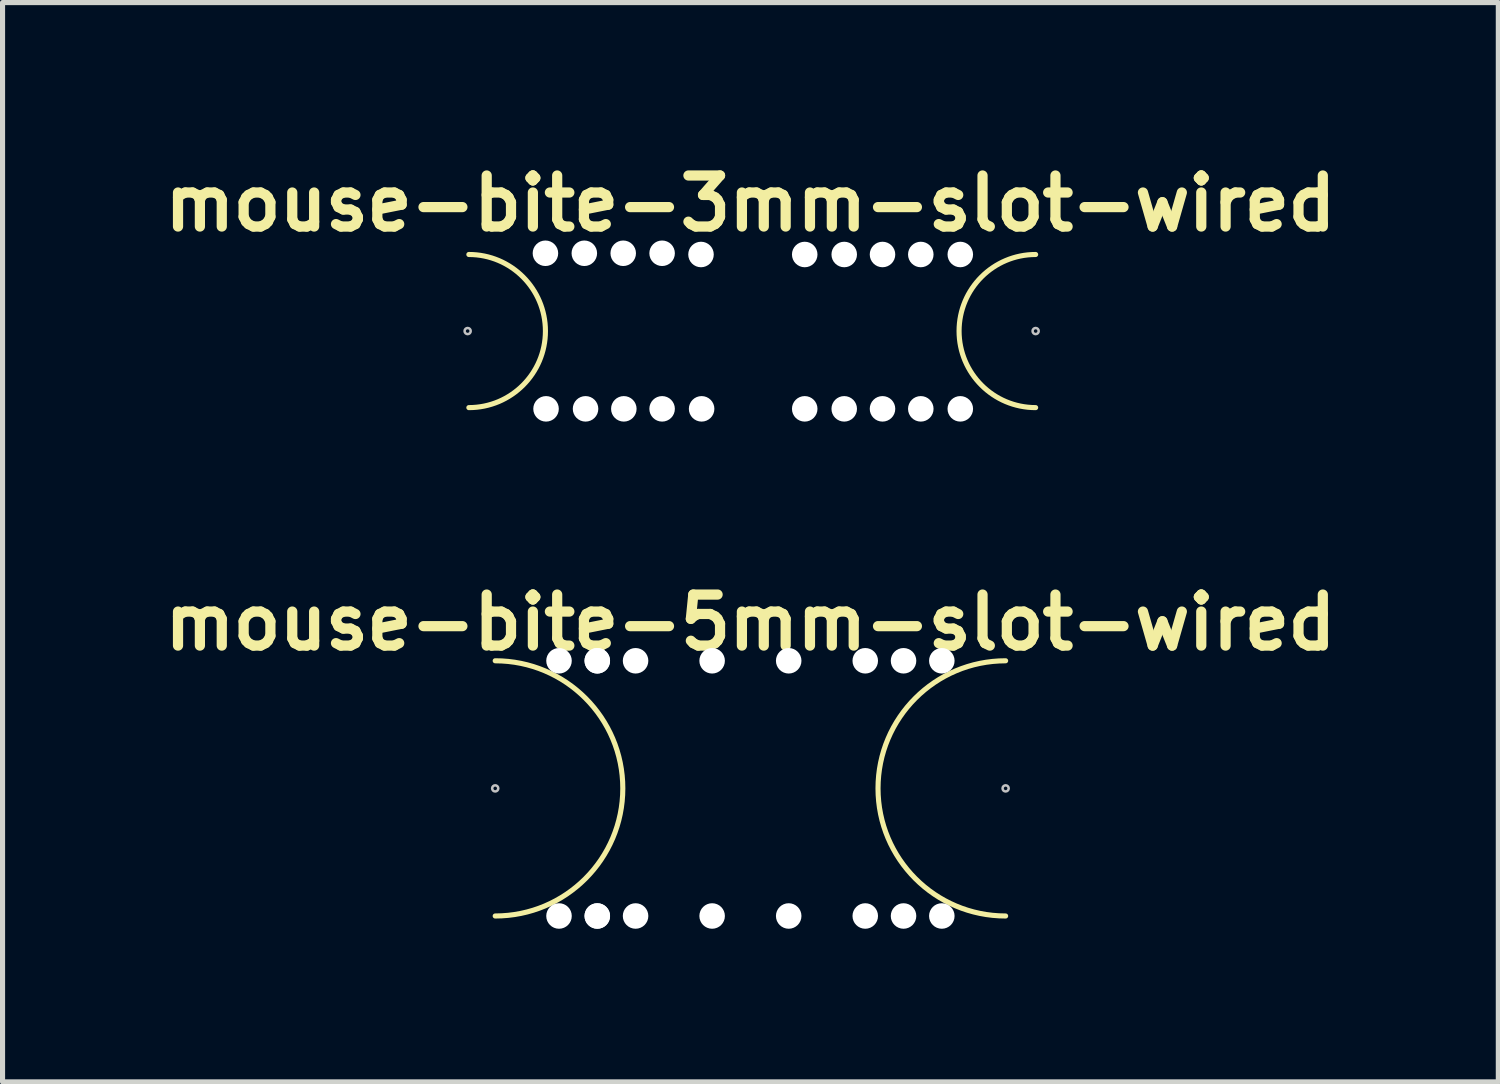
<source format=kicad_pcb>
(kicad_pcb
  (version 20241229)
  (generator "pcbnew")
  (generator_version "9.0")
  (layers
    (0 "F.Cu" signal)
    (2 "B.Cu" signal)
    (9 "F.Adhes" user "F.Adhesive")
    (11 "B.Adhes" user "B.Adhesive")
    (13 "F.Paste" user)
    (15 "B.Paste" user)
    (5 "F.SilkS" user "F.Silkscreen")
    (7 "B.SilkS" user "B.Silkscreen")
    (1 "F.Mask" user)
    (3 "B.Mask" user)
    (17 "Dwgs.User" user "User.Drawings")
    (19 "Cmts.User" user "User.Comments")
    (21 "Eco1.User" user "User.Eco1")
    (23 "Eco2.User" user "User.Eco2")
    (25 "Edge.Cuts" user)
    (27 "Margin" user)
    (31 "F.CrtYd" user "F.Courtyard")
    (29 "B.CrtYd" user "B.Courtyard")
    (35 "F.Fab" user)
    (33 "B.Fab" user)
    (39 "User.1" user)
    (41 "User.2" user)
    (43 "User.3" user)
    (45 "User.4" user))
  (footprint "mouse-bite-3mm-slot-wired"
    (layer "F.Cu")
    (at 11.652 3.436)
    (property "Reference" "mouse-bite-3mm-slot-wired" (at 0 -2.5 0) (layer "F.SilkS") (effects (font (size 1 1) (thickness 0.2))))
    (attr through_hole)
    (fp_arc (start -5.516 -1.5) (mid -4.016 0) (end -5.516 1.5) (stroke (width 0.1) (type solid)) (layer "F.SilkS"))
    (fp_arc (start 5.588 1.5) (mid 4.088 0) (end 5.588 -1.5) (stroke (width 0.1) (type solid)) (layer "F.SilkS"))
    (fp_circle (center -5.54 0) (end -5.54 -0.06) (stroke (width 0.05) (type solid)) (fill no) (layer "Dwgs.User"))
    (fp_circle (center 5.588 0) (end 5.648 0) (stroke (width 0.05) (type solid)) (fill no) (layer "Dwgs.User"))
    (fp_line (start -5.54 0) (end -5.54 0) (stroke (width 3) (type solid)) (layer "Eco1.User"))
    (fp_line (start 5.588 0) (end 5.588 0) (stroke (width 3) (type solid)) (layer "Eco1.User"))
    (pad "" np_thru_hole circle (at -4.016 -1.524) (size 0.5 0.5) (drill 0.5) (layers "*.Cu" "*.Mask"))
    (pad "" np_thru_hole circle (at -4.004 1.524) (size 0.5 0.5) (drill 0.5) (layers "*.Cu" "*.Mask"))
    (pad "" np_thru_hole circle (at -3.254 -1.524) (size 0.5 0.5) (drill 0.5) (layers "*.Cu" "*.Mask"))
    (pad "" np_thru_hole circle (at -3.23 1.524) (size 0.5 0.5) (drill 0.5) (layers "*.Cu" "*.Mask"))
    (pad "" np_thru_hole circle (at -2.492 -1.524) (size 0.5 0.5) (drill 0.5) (layers "*.Cu" "*.Mask"))
    (pad "" np_thru_hole circle (at -2.48 1.524) (size 0.5 0.5) (drill 0.5) (layers "*.Cu" "*.Mask"))
    (pad "" np_thru_hole circle (at -1.73 -1.524) (size 0.5 0.5) (drill 0.5) (layers "*.Cu" "*.Mask"))
    (pad "" np_thru_hole circle (at -1.73 1.524) (size 0.5 0.5) (drill 0.5) (layers "*.Cu" "*.Mask"))
    (pad "" np_thru_hole circle (at -0.968 -1.5) (size 0.5 0.5) (drill 0.5) (layers "*.Cu" "*.Mask"))
    (pad "" np_thru_hole circle (at -0.956 1.524) (size 0.5 0.5) (drill 0.5) (layers "*.Cu" "*.Mask"))
    (pad "" np_thru_hole circle (at 1.064 -1.5) (size 0.5 0.5) (drill 0.5) (layers "*.Cu" "*.Mask"))
    (pad "" np_thru_hole circle (at 1.064 1.524) (size 0.5 0.5) (drill 0.5) (layers "*.Cu" "*.Mask"))
    (pad "" np_thru_hole circle (at 1.838 -1.5) (size 0.5 0.5) (drill 0.5) (layers "*.Cu" "*.Mask"))
    (pad "" np_thru_hole circle (at 1.838 1.524) (size 0.5 0.5) (drill 0.5) (layers "*.Cu" "*.Mask"))
    (pad "" np_thru_hole circle (at 2.588 -1.5) (size 0.5 0.5) (drill 0.5) (layers "*.Cu" "*.Mask"))
    (pad "" np_thru_hole circle (at 2.588 1.524) (size 0.5 0.5) (drill 0.5) (layers "*.Cu" "*.Mask"))
    (pad "" np_thru_hole circle (at 3.338 -1.5) (size 0.5 0.5) (drill 0.5) (layers "*.Cu" "*.Mask"))
    (pad "" np_thru_hole circle (at 3.338 1.524) (size 0.5 0.5) (drill 0.5) (layers "*.Cu" "*.Mask"))
    (pad "" np_thru_hole circle (at 4.112 -1.5) (size 0.5 0.5) (drill 0.5) (layers "*.Cu" "*.Mask"))
    (pad "" np_thru_hole circle (at 4.112 1.524) (size 0.5 0.5) (drill 0.5) (layers "*.Cu" "*.Mask")))
  (footprint "mouse-bite-5mm-slot-wired"
    (layer "F.Cu")
    (at 11.652 12.396)
    (property "Reference" "mouse-bite-5mm-slot-wired" (at 0 -3.25 0) (layer "F.SilkS") (effects (font (size 1 1) (thickness 0.2))))
    (attr through_hole)
    (fp_arc (start -5 -2.5) (mid -2.5 0) (end -5 2.5) (stroke (width 0.1) (type solid)) (layer "F.SilkS"))
    (fp_arc (start 5 2.5) (mid 2.5 0) (end 5 -2.5) (stroke (width 0.1) (type solid)) (layer "F.SilkS"))
    (fp_circle (center -5 0) (end -4.94 0) (stroke (width 0.05) (type solid)) (fill no) (layer "Dwgs.User"))
    (fp_circle (center 5 0) (end 5.06 0) (stroke (width 0.05) (type solid)) (fill no) (layer "Dwgs.User"))
    (fp_line (start -5 0) (end -5 0) (stroke (width 5) (type solid)) (layer "Eco1.User"))
    (fp_line (start 5 0) (end 5 0) (stroke (width 5) (type solid)) (layer "Eco1.User"))
    (pad "" np_thru_hole circle (at -3.75 -2.5) (size 0.5 0.5) (drill 0.5) (layers "*.Cu" "*.Mask"))
    (pad "" np_thru_hole circle (at -3.75 2.5) (size 0.5 0.5) (drill 0.5) (layers "*.Cu" "*.Mask"))
    (pad "" np_thru_hole circle (at -3 -2.5) (size 0.5 0.5) (drill 0.5) (layers "*.Cu" "*.Mask"))
    (pad "" np_thru_hole circle (at -3 -2.5) (size 0.5 0.5) (drill 0.5) (layers "*.Cu" "*.Mask"))
    (pad "" np_thru_hole circle (at -3 2.5) (size 0.5 0.5) (drill 0.5) (layers "*.Cu" "*.Mask"))
    (pad "" np_thru_hole circle (at -3 2.5) (size 0.5 0.5) (drill 0.5) (layers "*.Cu" "*.Mask"))
    (pad "" np_thru_hole circle (at -2.25 -2.5) (size 0.5 0.5) (drill 0.5) (layers "*.Cu" "*.Mask"))
    (pad "" np_thru_hole circle (at -2.25 2.5) (size 0.5 0.5) (drill 0.5) (layers "*.Cu" "*.Mask"))
    (pad "" np_thru_hole circle (at -0.75 -2.5) (size 0.5 0.5) (drill 0.5) (layers "*.Cu" "*.Mask"))
    (pad "" np_thru_hole circle (at -0.75 2.5) (size 0.5 0.5) (drill 0.5) (layers "*.Cu" "*.Mask"))
    (pad "" np_thru_hole circle (at 0.75 -2.5) (size 0.5 0.5) (drill 0.5) (layers "*.Cu" "*.Mask"))
    (pad "" np_thru_hole circle (at 0.75 2.5) (size 0.5 0.5) (drill 0.5) (layers "*.Cu" "*.Mask"))
    (pad "" np_thru_hole circle (at 2.25 -2.5) (size 0.5 0.5) (drill 0.5) (layers "*.Cu" "*.Mask"))
    (pad "" np_thru_hole circle (at 2.25 2.5) (size 0.5 0.5) (drill 0.5) (layers "*.Cu" "*.Mask"))
    (pad "" np_thru_hole circle (at 3 -2.5) (size 0.5 0.5) (drill 0.5) (layers "*.Cu" "*.Mask"))
    (pad "" np_thru_hole circle (at 3 2.5) (size 0.5 0.5) (drill 0.5) (layers "*.Cu" "*.Mask"))
    (pad "" np_thru_hole circle (at 3.75 -2.5) (size 0.5 0.5) (drill 0.5) (layers "*.Cu" "*.Mask"))
    (pad "" np_thru_hole circle (at 3.75 2.5) (size 0.5 0.5) (drill 0.5) (layers "*.Cu" "*.Mask")))
  (gr_rect
    (start -3 -3)
    (end 26.305 18.146)
    (stroke (width 0.1) (type default))
    (fill no)
    (layer "Edge.Cuts")))
</source>
